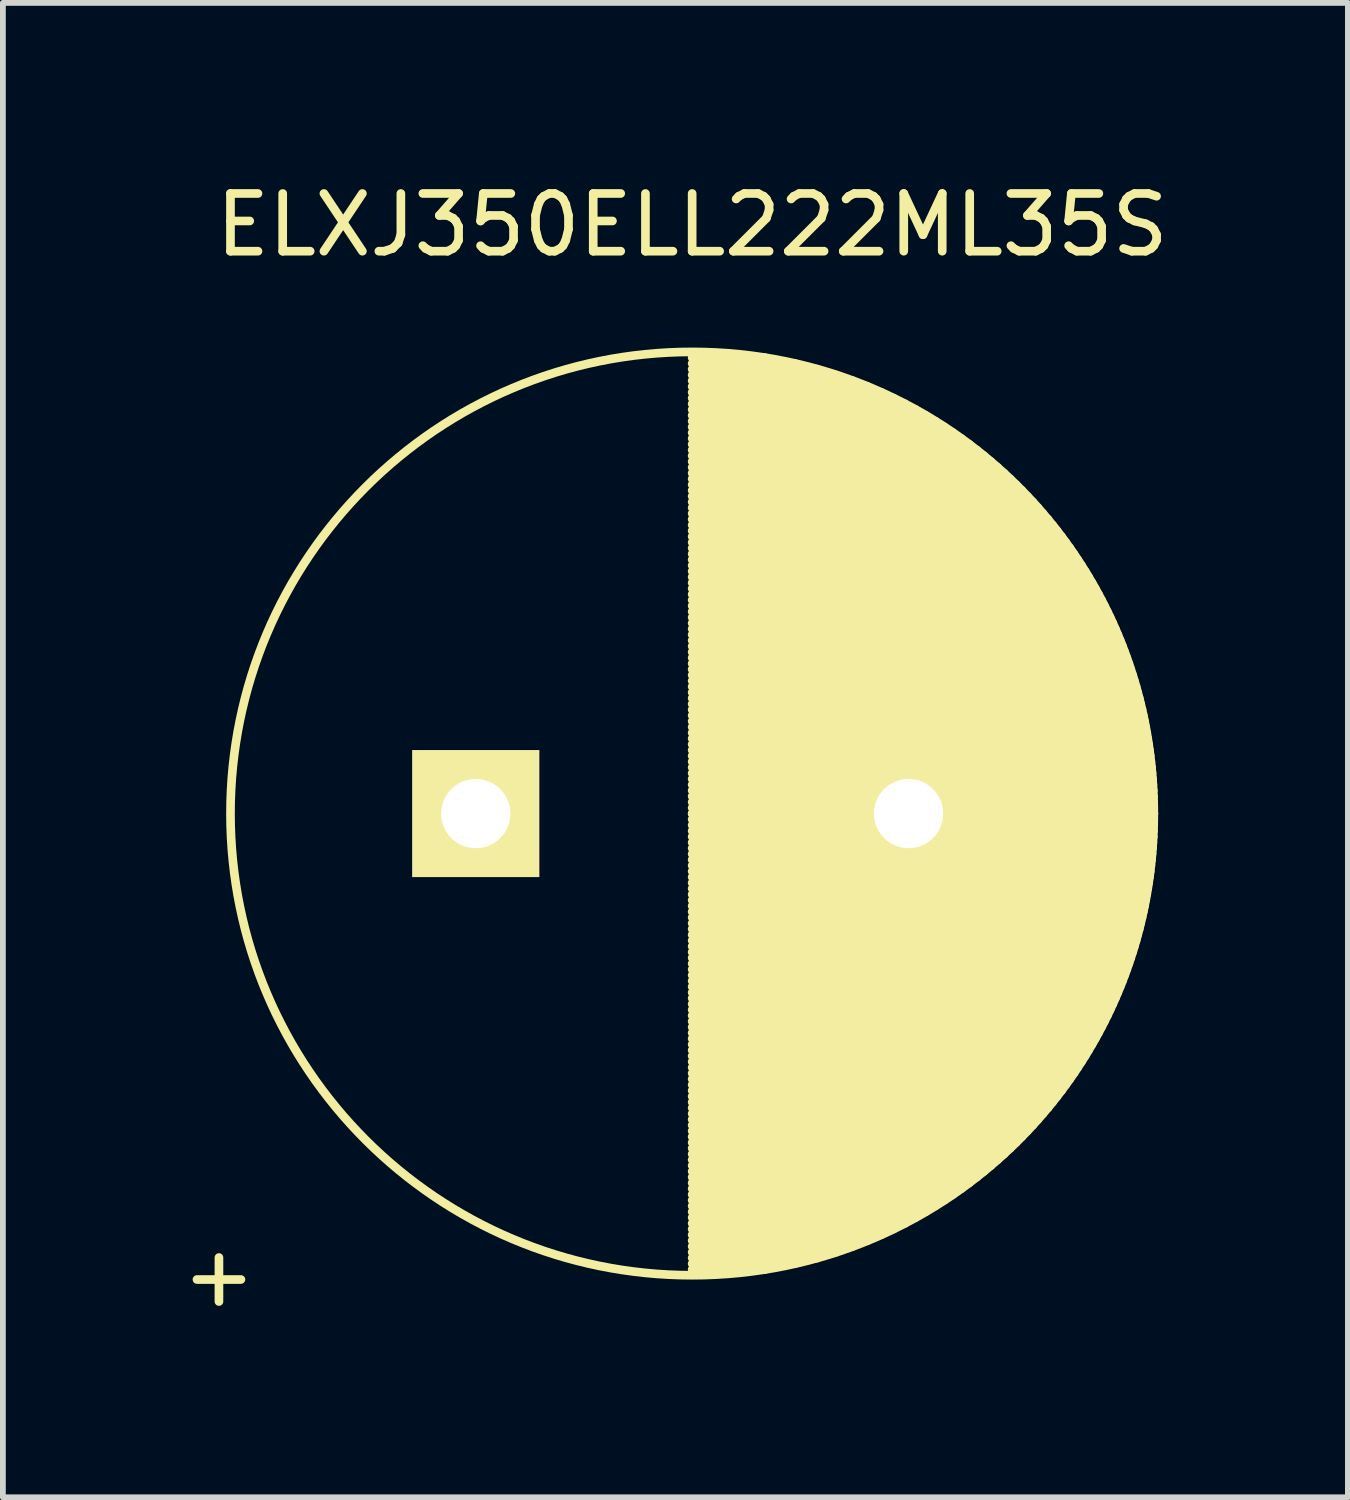
<source format=kicad_pcb>
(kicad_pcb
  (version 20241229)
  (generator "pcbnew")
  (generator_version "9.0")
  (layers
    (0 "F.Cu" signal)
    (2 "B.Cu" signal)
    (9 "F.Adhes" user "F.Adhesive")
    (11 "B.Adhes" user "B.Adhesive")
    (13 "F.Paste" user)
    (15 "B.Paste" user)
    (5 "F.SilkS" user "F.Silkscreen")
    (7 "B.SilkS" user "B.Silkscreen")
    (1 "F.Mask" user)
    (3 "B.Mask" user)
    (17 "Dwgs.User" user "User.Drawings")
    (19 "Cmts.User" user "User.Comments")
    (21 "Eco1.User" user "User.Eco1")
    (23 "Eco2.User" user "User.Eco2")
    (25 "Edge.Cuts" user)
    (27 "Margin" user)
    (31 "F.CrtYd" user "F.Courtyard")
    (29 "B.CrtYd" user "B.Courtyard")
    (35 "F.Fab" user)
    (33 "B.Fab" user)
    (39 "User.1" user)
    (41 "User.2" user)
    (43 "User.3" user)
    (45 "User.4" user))
  (footprint "ELXJ350ELL222ML35S"
    (layer "F.Cu")
    (at 5.194 11.048)
    (property "Reference" "ELXJ350ELL222ML35S" (at 3.75 -10.2 0) (layer "F.SilkS") (effects (font (size 1 1) (thickness 0.15))))
    (attr through_hole)
    (fp_line (start 3.75 -7.9) (end 5.011 -7.9) (stroke (width 0.15) (type solid)) (layer "F.SilkS"))
    (fp_line (start 3.75 -7.8) (end 5.528 -7.8) (stroke (width 0.15) (type solid)) (layer "F.SilkS"))
    (fp_line (start 3.75 -7.7) (end 5.92 -7.7) (stroke (width 0.15) (type solid)) (layer "F.SilkS"))
    (fp_line (start 3.75 -7.6) (end 6.248 -7.6) (stroke (width 0.15) (type solid)) (layer "F.SilkS"))
    (fp_line (start 3.75 -7.5) (end 6.534 -7.5) (stroke (width 0.15) (type solid)) (layer "F.SilkS"))
    (fp_line (start 3.75 -7.4) (end 6.79 -7.4) (stroke (width 0.15) (type solid)) (layer "F.SilkS"))
    (fp_line (start 3.75 -7.3) (end 7.023 -7.3) (stroke (width 0.15) (type solid)) (layer "F.SilkS"))
    (fp_line (start 3.75 -7.2) (end 7.237 -7.2) (stroke (width 0.15) (type solid)) (layer "F.SilkS"))
    (fp_line (start 3.75 -7.1) (end 7.436 -7.1) (stroke (width 0.15) (type solid)) (layer "F.SilkS"))
    (fp_line (start 3.75 -7) (end 7.623 -7) (stroke (width 0.15) (type solid)) (layer "F.SilkS"))
    (fp_line (start 3.75 -6.9) (end 7.798 -6.9) (stroke (width 0.15) (type solid)) (layer "F.SilkS"))
    (fp_line (start 3.75 -6.8) (end 7.964 -6.8) (stroke (width 0.15) (type solid)) (layer "F.SilkS"))
    (fp_line (start 3.75 -6.7) (end 8.121 -6.7) (stroke (width 0.15) (type solid)) (layer "F.SilkS"))
    (fp_line (start 3.75 -6.6) (end 8.271 -6.6) (stroke (width 0.15) (type solid)) (layer "F.SilkS"))
    (fp_line (start 3.75 -6.5) (end 8.414 -6.5) (stroke (width 0.15) (type solid)) (layer "F.SilkS"))
    (fp_line (start 3.75 -6.4) (end 8.55 -6.4) (stroke (width 0.15) (type solid)) (layer "F.SilkS"))
    (fp_line (start 3.75 -6.3) (end 8.681 -6.3) (stroke (width 0.15) (type solid)) (layer "F.SilkS"))
    (fp_line (start 3.75 -6.2) (end 8.806 -6.2) (stroke (width 0.15) (type solid)) (layer "F.SilkS"))
    (fp_line (start 3.75 -6.1) (end 8.926 -6.1) (stroke (width 0.15) (type solid)) (layer "F.SilkS"))
    (fp_line (start 3.75 -6) (end 9.042 -6) (stroke (width 0.15) (type solid)) (layer "F.SilkS"))
    (fp_line (start 3.75 -5.9) (end 9.153 -5.9) (stroke (width 0.15) (type solid)) (layer "F.SilkS"))
    (fp_line (start 3.75 -5.8) (end 9.26 -5.8) (stroke (width 0.15) (type solid)) (layer "F.SilkS"))
    (fp_line (start 3.75 -5.7) (end 9.363 -5.7) (stroke (width 0.15) (type solid)) (layer "F.SilkS"))
    (fp_line (start 3.75 -5.6) (end 9.463 -5.6) (stroke (width 0.15) (type solid)) (layer "F.SilkS"))
    (fp_line (start 3.75 -5.5) (end 9.559 -5.5) (stroke (width 0.15) (type solid)) (layer "F.SilkS"))
    (fp_line (start 3.75 -5.4) (end 9.653 -5.4) (stroke (width 0.15) (type solid)) (layer "F.SilkS"))
    (fp_line (start 3.75 -5.3) (end 9.742 -5.3) (stroke (width 0.15) (type solid)) (layer "F.SilkS"))
    (fp_line (start 3.75 -5.2) (end 9.829 -5.2) (stroke (width 0.15) (type solid)) (layer "F.SilkS"))
    (fp_line (start 3.75 -5.1) (end 9.914 -5.1) (stroke (width 0.15) (type solid)) (layer "F.SilkS"))
    (fp_line (start 3.75 -5) (end 9.995 -5) (stroke (width 0.15) (type solid)) (layer "F.SilkS"))
    (fp_line (start 3.75 -4.9) (end 10.074 -4.9) (stroke (width 0.15) (type solid)) (layer "F.SilkS"))
    (fp_line (start 3.75 -4.8) (end 10.15 -4.8) (stroke (width 0.15) (type solid)) (layer "F.SilkS"))
    (fp_line (start 3.75 -4.7) (end 10.224 -4.7) (stroke (width 0.15) (type solid)) (layer "F.SilkS"))
    (fp_line (start 3.75 -4.6) (end 10.295 -4.6) (stroke (width 0.15) (type solid)) (layer "F.SilkS"))
    (fp_line (start 3.75 -4.5) (end 10.364 -4.5) (stroke (width 0.15) (type solid)) (layer "F.SilkS"))
    (fp_line (start 3.75 -4.4) (end 10.431 -4.4) (stroke (width 0.15) (type solid)) (layer "F.SilkS"))
    (fp_line (start 3.75 -4.3) (end 10.496 -4.3) (stroke (width 0.15) (type solid)) (layer "F.SilkS"))
    (fp_line (start 3.75 -4.2) (end 10.559 -4.2) (stroke (width 0.15) (type solid)) (layer "F.SilkS"))
    (fp_line (start 3.75 -4.1) (end 10.619 -4.1) (stroke (width 0.15) (type solid)) (layer "F.SilkS"))
    (fp_line (start 3.75 -4) (end 10.678 -4) (stroke (width 0.15) (type solid)) (layer "F.SilkS"))
    (fp_line (start 3.75 -3.9) (end 10.735 -3.9) (stroke (width 0.15) (type solid)) (layer "F.SilkS"))
    (fp_line (start 3.75 -3.8) (end 10.79 -3.8) (stroke (width 0.15) (type solid)) (layer "F.SilkS"))
    (fp_line (start 3.75 -3.7) (end 10.843 -3.7) (stroke (width 0.15) (type solid)) (layer "F.SilkS"))
    (fp_line (start 3.75 -3.6) (end 10.894 -3.6) (stroke (width 0.15) (type solid)) (layer "F.SilkS"))
    (fp_line (start 3.75 -3.5) (end 10.944 -3.5) (stroke (width 0.15) (type solid)) (layer "F.SilkS"))
    (fp_line (start 3.75 -3.4) (end 10.992 -3.4) (stroke (width 0.15) (type solid)) (layer "F.SilkS"))
    (fp_line (start 3.75 -3.3) (end 11.038 -3.3) (stroke (width 0.15) (type solid)) (layer "F.SilkS"))
    (fp_line (start 3.75 -3.2) (end 11.082 -3.2) (stroke (width 0.15) (type solid)) (layer "F.SilkS"))
    (fp_line (start 3.75 -3.1) (end 11.125 -3.1) (stroke (width 0.15) (type solid)) (layer "F.SilkS"))
    (fp_line (start 3.75 -3) (end 11.166 -3) (stroke (width 0.15) (type solid)) (layer "F.SilkS"))
    (fp_line (start 3.75 -2.9) (end 11.206 -2.9) (stroke (width 0.15) (type solid)) (layer "F.SilkS"))
    (fp_line (start 3.75 -2.8) (end 11.244 -2.8) (stroke (width 0.15) (type solid)) (layer "F.SilkS"))
    (fp_line (start 3.75 -2.7) (end 11.281 -2.7) (stroke (width 0.15) (type solid)) (layer "F.SilkS"))
    (fp_line (start 3.75 -2.6) (end 11.316 -2.6) (stroke (width 0.15) (type solid)) (layer "F.SilkS"))
    (fp_line (start 3.75 -2.5) (end 11.349 -2.5) (stroke (width 0.15) (type solid)) (layer "F.SilkS"))
    (fp_line (start 3.75 -2.4) (end 11.382 -2.4) (stroke (width 0.15) (type solid)) (layer "F.SilkS"))
    (fp_line (start 3.75 -2.3) (end 11.412 -2.3) (stroke (width 0.15) (type solid)) (layer "F.SilkS"))
    (fp_line (start 3.75 -2.2) (end 11.442 -2.2) (stroke (width 0.15) (type solid)) (layer "F.SilkS"))
    (fp_line (start 3.75 -2.1) (end 11.469 -2.1) (stroke (width 0.15) (type solid)) (layer "F.SilkS"))
    (fp_line (start 3.75 -2) (end 11.496 -2) (stroke (width 0.15) (type solid)) (layer "F.SilkS"))
    (fp_line (start 3.75 -1.9) (end 11.521 -1.9) (stroke (width 0.15) (type solid)) (layer "F.SilkS"))
    (fp_line (start 3.75 -1.8) (end 11.545 -1.8) (stroke (width 0.15) (type solid)) (layer "F.SilkS"))
    (fp_line (start 3.75 -1.7) (end 11.567 -1.7) (stroke (width 0.15) (type solid)) (layer "F.SilkS"))
    (fp_line (start 3.75 -1.6) (end 11.588 -1.6) (stroke (width 0.15) (type solid)) (layer "F.SilkS"))
    (fp_line (start 3.75 -1.5) (end 11.608 -1.5) (stroke (width 0.15) (type solid)) (layer "F.SilkS"))
    (fp_line (start 3.75 -1.4) (end 11.627 -1.4) (stroke (width 0.15) (type solid)) (layer "F.SilkS"))
    (fp_line (start 3.75 -1.3) (end 11.644 -1.3) (stroke (width 0.15) (type solid)) (layer "F.SilkS"))
    (fp_line (start 3.75 -1.2) (end 11.659 -1.2) (stroke (width 0.15) (type solid)) (layer "F.SilkS"))
    (fp_line (start 3.75 -1.1) (end 11.674 -1.1) (stroke (width 0.15) (type solid)) (layer "F.SilkS"))
    (fp_line (start 3.75 -1) (end 11.687 -1) (stroke (width 0.15) (type solid)) (layer "F.SilkS"))
    (fp_line (start 3.75 -0.9) (end 11.699 -0.9) (stroke (width 0.15) (type solid)) (layer "F.SilkS"))
    (fp_line (start 3.75 -0.8) (end 11.71 -0.8) (stroke (width 0.15) (type solid)) (layer "F.SilkS"))
    (fp_line (start 3.75 -0.7) (end 11.719 -0.7) (stroke (width 0.15) (type solid)) (layer "F.SilkS"))
    (fp_line (start 3.75 -0.6) (end 11.727 -0.6) (stroke (width 0.15) (type solid)) (layer "F.SilkS"))
    (fp_line (start 3.75 -0.5) (end 11.734 -0.5) (stroke (width 0.15) (type solid)) (layer "F.SilkS"))
    (fp_line (start 3.75 -0.4) (end 11.74 -0.4) (stroke (width 0.15) (type solid)) (layer "F.SilkS"))
    (fp_line (start 3.75 -0.3) (end 11.744 -0.3) (stroke (width 0.15) (type solid)) (layer "F.SilkS"))
    (fp_line (start 3.75 -0.2) (end 11.748 -0.2) (stroke (width 0.15) (type solid)) (layer "F.SilkS"))
    (fp_line (start 3.75 -0.1) (end 11.749 -0.1) (stroke (width 0.15) (type solid)) (layer "F.SilkS"))
    (fp_line (start 3.75 0) (end 11.75 0) (stroke (width 0.15) (type solid)) (layer "F.SilkS"))
    (fp_line (start 3.75 0) (end 11.75 0) (stroke (width 0.15) (type solid)) (layer "F.SilkS"))
    (fp_line (start 3.75 0.1) (end 11.749 0.1) (stroke (width 0.15) (type solid)) (layer "F.SilkS"))
    (fp_line (start 3.75 0.2) (end 11.748 0.2) (stroke (width 0.15) (type solid)) (layer "F.SilkS"))
    (fp_line (start 3.75 0.3) (end 11.744 0.3) (stroke (width 0.15) (type solid)) (layer "F.SilkS"))
    (fp_line (start 3.75 0.4) (end 11.74 0.4) (stroke (width 0.15) (type solid)) (layer "F.SilkS"))
    (fp_line (start 3.75 0.5) (end 11.734 0.5) (stroke (width 0.15) (type solid)) (layer "F.SilkS"))
    (fp_line (start 3.75 0.6) (end 11.727 0.6) (stroke (width 0.15) (type solid)) (layer "F.SilkS"))
    (fp_line (start 3.75 0.7) (end 11.719 0.7) (stroke (width 0.15) (type solid)) (layer "F.SilkS"))
    (fp_line (start 3.75 0.8) (end 11.71 0.8) (stroke (width 0.15) (type solid)) (layer "F.SilkS"))
    (fp_line (start 3.75 0.9) (end 11.699 0.9) (stroke (width 0.15) (type solid)) (layer "F.SilkS"))
    (fp_line (start 3.75 1) (end 11.687 1) (stroke (width 0.15) (type solid)) (layer "F.SilkS"))
    (fp_line (start 3.75 1.1) (end 11.674 1.1) (stroke (width 0.15) (type solid)) (layer "F.SilkS"))
    (fp_line (start 3.75 1.2) (end 11.659 1.2) (stroke (width 0.15) (type solid)) (layer "F.SilkS"))
    (fp_line (start 3.75 1.3) (end 11.644 1.3) (stroke (width 0.15) (type solid)) (layer "F.SilkS"))
    (fp_line (start 3.75 1.4) (end 11.627 1.4) (stroke (width 0.15) (type solid)) (layer "F.SilkS"))
    (fp_line (start 3.75 1.5) (end 11.608 1.5) (stroke (width 0.15) (type solid)) (layer "F.SilkS"))
    (fp_line (start 3.75 1.6) (end 11.588 1.6) (stroke (width 0.15) (type solid)) (layer "F.SilkS"))
    (fp_line (start 3.75 1.7) (end 11.567 1.7) (stroke (width 0.15) (type solid)) (layer "F.SilkS"))
    (fp_line (start 3.75 1.8) (end 11.545 1.8) (stroke (width 0.15) (type solid)) (layer "F.SilkS"))
    (fp_line (start 3.75 1.9) (end 11.521 1.9) (stroke (width 0.15) (type solid)) (layer "F.SilkS"))
    (fp_line (start 3.75 2) (end 11.496 2) (stroke (width 0.15) (type solid)) (layer "F.SilkS"))
    (fp_line (start 3.75 2.1) (end 11.469 2.1) (stroke (width 0.15) (type solid)) (layer "F.SilkS"))
    (fp_line (start 3.75 2.2) (end 11.442 2.2) (stroke (width 0.15) (type solid)) (layer "F.SilkS"))
    (fp_line (start 3.75 2.3) (end 11.412 2.3) (stroke (width 0.15) (type solid)) (layer "F.SilkS"))
    (fp_line (start 3.75 2.4) (end 11.382 2.4) (stroke (width 0.15) (type solid)) (layer "F.SilkS"))
    (fp_line (start 3.75 2.5) (end 11.349 2.5) (stroke (width 0.15) (type solid)) (layer "F.SilkS"))
    (fp_line (start 3.75 2.6) (end 11.316 2.6) (stroke (width 0.15) (type solid)) (layer "F.SilkS"))
    (fp_line (start 3.75 2.7) (end 11.281 2.7) (stroke (width 0.15) (type solid)) (layer "F.SilkS"))
    (fp_line (start 3.75 2.8) (end 11.244 2.8) (stroke (width 0.15) (type solid)) (layer "F.SilkS"))
    (fp_line (start 3.75 2.9) (end 11.206 2.9) (stroke (width 0.15) (type solid)) (layer "F.SilkS"))
    (fp_line (start 3.75 3) (end 11.166 3) (stroke (width 0.15) (type solid)) (layer "F.SilkS"))
    (fp_line (start 3.75 3.1) (end 11.125 3.1) (stroke (width 0.15) (type solid)) (layer "F.SilkS"))
    (fp_line (start 3.75 3.2) (end 11.082 3.2) (stroke (width 0.15) (type solid)) (layer "F.SilkS"))
    (fp_line (start 3.75 3.3) (end 11.038 3.3) (stroke (width 0.15) (type solid)) (layer "F.SilkS"))
    (fp_line (start 3.75 3.4) (end 10.992 3.4) (stroke (width 0.15) (type solid)) (layer "F.SilkS"))
    (fp_line (start 3.75 3.5) (end 10.944 3.5) (stroke (width 0.15) (type solid)) (layer "F.SilkS"))
    (fp_line (start 3.75 3.6) (end 10.894 3.6) (stroke (width 0.15) (type solid)) (layer "F.SilkS"))
    (fp_line (start 3.75 3.7) (end 10.843 3.7) (stroke (width 0.15) (type solid)) (layer "F.SilkS"))
    (fp_line (start 3.75 3.8) (end 10.79 3.8) (stroke (width 0.15) (type solid)) (layer "F.SilkS"))
    (fp_line (start 3.75 3.9) (end 10.735 3.9) (stroke (width 0.15) (type solid)) (layer "F.SilkS"))
    (fp_line (start 3.75 4) (end 10.678 4) (stroke (width 0.15) (type solid)) (layer "F.SilkS"))
    (fp_line (start 3.75 4.1) (end 10.619 4.1) (stroke (width 0.15) (type solid)) (layer "F.SilkS"))
    (fp_line (start 3.75 4.2) (end 10.559 4.2) (stroke (width 0.15) (type solid)) (layer "F.SilkS"))
    (fp_line (start 3.75 4.3) (end 10.496 4.3) (stroke (width 0.15) (type solid)) (layer "F.SilkS"))
    (fp_line (start 3.75 4.4) (end 10.431 4.4) (stroke (width 0.15) (type solid)) (layer "F.SilkS"))
    (fp_line (start 3.75 4.5) (end 10.364 4.5) (stroke (width 0.15) (type solid)) (layer "F.SilkS"))
    (fp_line (start 3.75 4.6) (end 10.295 4.6) (stroke (width 0.15) (type solid)) (layer "F.SilkS"))
    (fp_line (start 3.75 4.7) (end 10.224 4.7) (stroke (width 0.15) (type solid)) (layer "F.SilkS"))
    (fp_line (start 3.75 4.8) (end 10.15 4.8) (stroke (width 0.15) (type solid)) (layer "F.SilkS"))
    (fp_line (start 3.75 4.9) (end 10.074 4.9) (stroke (width 0.15) (type solid)) (layer "F.SilkS"))
    (fp_line (start 3.75 5) (end 9.995 5) (stroke (width 0.15) (type solid)) (layer "F.SilkS"))
    (fp_line (start 3.75 5.1) (end 9.914 5.1) (stroke (width 0.15) (type solid)) (layer "F.SilkS"))
    (fp_line (start 3.75 5.2) (end 9.829 5.2) (stroke (width 0.15) (type solid)) (layer "F.SilkS"))
    (fp_line (start 3.75 5.3) (end 9.742 5.3) (stroke (width 0.15) (type solid)) (layer "F.SilkS"))
    (fp_line (start 3.75 5.4) (end 9.653 5.4) (stroke (width 0.15) (type solid)) (layer "F.SilkS"))
    (fp_line (start 3.75 5.5) (end 9.559 5.5) (stroke (width 0.15) (type solid)) (layer "F.SilkS"))
    (fp_line (start 3.75 5.6) (end 9.463 5.6) (stroke (width 0.15) (type solid)) (layer "F.SilkS"))
    (fp_line (start 3.75 5.7) (end 9.363 5.7) (stroke (width 0.15) (type solid)) (layer "F.SilkS"))
    (fp_line (start 3.75 5.8) (end 9.26 5.8) (stroke (width 0.15) (type solid)) (layer "F.SilkS"))
    (fp_line (start 3.75 5.9) (end 9.153 5.9) (stroke (width 0.15) (type solid)) (layer "F.SilkS"))
    (fp_line (start 3.75 6) (end 9.042 6) (stroke (width 0.15) (type solid)) (layer "F.SilkS"))
    (fp_line (start 3.75 6.1) (end 8.926 6.1) (stroke (width 0.15) (type solid)) (layer "F.SilkS"))
    (fp_line (start 3.75 6.2) (end 8.806 6.2) (stroke (width 0.15) (type solid)) (layer "F.SilkS"))
    (fp_line (start 3.75 6.3) (end 8.681 6.3) (stroke (width 0.15) (type solid)) (layer "F.SilkS"))
    (fp_line (start 3.75 6.4) (end 8.55 6.4) (stroke (width 0.15) (type solid)) (layer "F.SilkS"))
    (fp_line (start 3.75 6.5) (end 8.414 6.5) (stroke (width 0.15) (type solid)) (layer "F.SilkS"))
    (fp_line (start 3.75 6.6) (end 8.271 6.6) (stroke (width 0.15) (type solid)) (layer "F.SilkS"))
    (fp_line (start 3.75 6.7) (end 8.121 6.7) (stroke (width 0.15) (type solid)) (layer "F.SilkS"))
    (fp_line (start 3.75 6.8) (end 7.964 6.8) (stroke (width 0.15) (type solid)) (layer "F.SilkS"))
    (fp_line (start 3.75 6.9) (end 7.798 6.9) (stroke (width 0.15) (type solid)) (layer "F.SilkS"))
    (fp_line (start 3.75 7) (end 7.623 7) (stroke (width 0.15) (type solid)) (layer "F.SilkS"))
    (fp_line (start 3.75 7.1) (end 7.436 7.1) (stroke (width 0.15) (type solid)) (layer "F.SilkS"))
    (fp_line (start 3.75 7.2) (end 7.237 7.2) (stroke (width 0.15) (type solid)) (layer "F.SilkS"))
    (fp_line (start 3.75 7.3) (end 7.023 7.3) (stroke (width 0.15) (type solid)) (layer "F.SilkS"))
    (fp_line (start 3.75 7.4) (end 6.79 7.4) (stroke (width 0.15) (type solid)) (layer "F.SilkS"))
    (fp_line (start 3.75 7.5) (end 6.534 7.5) (stroke (width 0.15) (type solid)) (layer "F.SilkS"))
    (fp_line (start 3.75 7.6) (end 6.248 7.6) (stroke (width 0.15) (type solid)) (layer "F.SilkS"))
    (fp_line (start 3.75 7.7) (end 5.92 7.7) (stroke (width 0.15) (type solid)) (layer "F.SilkS"))
    (fp_line (start 3.75 7.8) (end 5.528 7.8) (stroke (width 0.15) (type solid)) (layer "F.SilkS"))
    (fp_line (start 3.75 7.9) (end 5.011 7.9) (stroke (width 0.15) (type solid)) (layer "F.SilkS"))
    (fp_circle (center 3.75 0) (end 3.75 -8) (stroke (width 0.15) (type solid)) (fill no) (layer "F.SilkS"))
    (fp_text user "+" (at -4.45 8 0) (layer "F.SilkS") (effects (font (size 1 1) (thickness 0.15))))
    (pad "1" thru_hole rect (at 0 0) (size 2.2 2.2) (drill 1.2) (layers "*.Cu" "*.Mask" "F.SilkS"))
    (pad "2" thru_hole circle (at 7.5 0) (size 2.2 2.2) (drill 1.2) (layers "*.Cu" "*.Mask" "F.SilkS")))
  (gr_rect
    (start -3 -3)
    (end 20.307 22.896)
    (stroke (width 0.1) (type default))
    (fill no)
    (layer "Edge.Cuts")))
</source>
